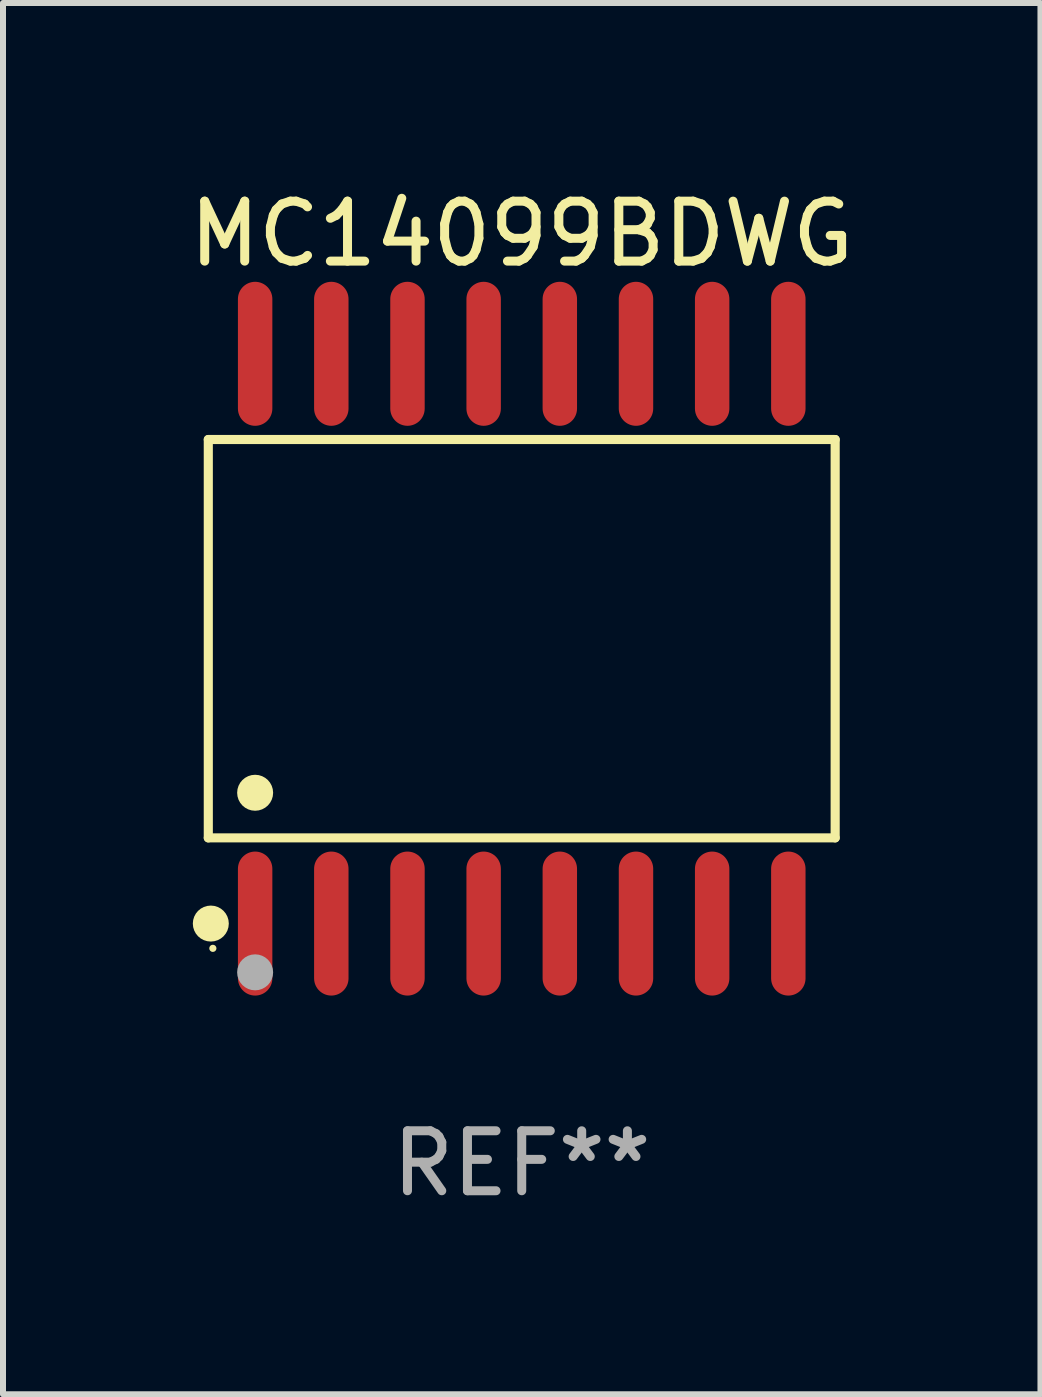
<source format=kicad_pcb>
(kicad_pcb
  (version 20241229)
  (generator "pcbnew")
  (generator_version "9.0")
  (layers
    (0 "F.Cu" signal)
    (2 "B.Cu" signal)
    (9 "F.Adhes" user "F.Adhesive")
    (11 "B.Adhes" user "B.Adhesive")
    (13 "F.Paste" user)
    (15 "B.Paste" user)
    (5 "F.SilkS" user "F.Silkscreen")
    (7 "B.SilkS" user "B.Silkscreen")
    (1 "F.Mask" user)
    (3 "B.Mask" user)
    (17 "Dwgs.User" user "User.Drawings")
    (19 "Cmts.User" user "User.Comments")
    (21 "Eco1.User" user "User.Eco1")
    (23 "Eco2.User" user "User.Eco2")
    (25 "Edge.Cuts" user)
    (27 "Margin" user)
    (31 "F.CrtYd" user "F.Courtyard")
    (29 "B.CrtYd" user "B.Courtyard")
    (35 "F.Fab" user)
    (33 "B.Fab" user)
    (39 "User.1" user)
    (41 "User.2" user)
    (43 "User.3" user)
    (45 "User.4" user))
  (footprint "MC14099BDWG"
    (layer "F.Cu")
    (at 5.649 7.599)
    (property "Reference" "MC14099BDWG" (at 0 -6.75 0) (layer "F.SilkS") (effects (font (size 1 1) (thickness 0.15))))
    (attr through_hole)
    (fp_line (start -5.226 -3.321) (end 5.226 -3.321) (stroke (width 0.152) (type solid)) (layer "F.SilkS"))
    (fp_line (start -5.226 3.321) (end -5.226 -3.321) (stroke (width 0.152) (type solid)) (layer "F.SilkS"))
    (fp_line (start 5.226 -3.321) (end 5.226 3.321) (stroke (width 0.152) (type solid)) (layer "F.SilkS"))
    (fp_line (start 5.226 3.321) (end -5.226 3.321) (stroke (width 0.152) (type solid)) (layer "F.SilkS"))
    (fp_circle (center -5.184 4.75) (end -5.034 4.75) (stroke (width 0.3) (type solid)) (fill no) (layer "F.SilkS"))
    (fp_circle (center -5.15 5.163) (end -5.12 5.163) (stroke (width 0.06) (type solid)) (fill no) (layer "F.SilkS"))
    (fp_circle (center -4.445 2.569) (end -4.295 2.569) (stroke (width 0.3) (type solid)) (fill no) (layer "F.SilkS"))
    (fp_circle (center -4.445 5.563) (end -4.295 5.563) (stroke (width 0.3) (type solid)) (fill no) (layer "F.Fab"))
    (fp_text user "REF**" (at 0 8.75 0) (layer "F.Fab") (effects (font (size 1 1) (thickness 0.15))))
    (pad "1" smd oval (at -4.445 4.75) (size 0.574 2.401) (layers "F.Cu" "F.Mask" "F.Paste"))
    (pad "2" smd oval (at -3.175 4.75) (size 0.574 2.401) (layers "F.Cu" "F.Mask" "F.Paste"))
    (pad "3" smd oval (at -1.905 4.75) (size 0.574 2.401) (layers "F.Cu" "F.Mask" "F.Paste"))
    (pad "4" smd oval (at -0.635 4.75) (size 0.574 2.401) (layers "F.Cu" "F.Mask" "F.Paste"))
    (pad "5" smd oval (at 0.635 4.75) (size 0.574 2.401) (layers "F.Cu" "F.Mask" "F.Paste"))
    (pad "6" smd oval (at 1.905 4.75) (size 0.574 2.401) (layers "F.Cu" "F.Mask" "F.Paste"))
    (pad "7" smd oval (at 3.175 4.75) (size 0.574 2.401) (layers "F.Cu" "F.Mask" "F.Paste"))
    (pad "8" smd oval (at 4.445 4.75) (size 0.574 2.401) (layers "F.Cu" "F.Mask" "F.Paste"))
    (pad "9" smd oval (at 4.445 -4.75) (size 0.574 2.401) (layers "F.Cu" "F.Mask" "F.Paste"))
    (pad "10" smd oval (at 3.175 -4.75) (size 0.574 2.401) (layers "F.Cu" "F.Mask" "F.Paste"))
    (pad "11" smd oval (at 1.905 -4.75) (size 0.574 2.401) (layers "F.Cu" "F.Mask" "F.Paste"))
    (pad "12" smd oval (at 0.635 -4.75) (size 0.574 2.401) (layers "F.Cu" "F.Mask" "F.Paste"))
    (pad "13" smd oval (at -0.635 -4.75) (size 0.574 2.401) (layers "F.Cu" "F.Mask" "F.Paste"))
    (pad "14" smd oval (at -1.905 -4.75) (size 0.574 2.401) (layers "F.Cu" "F.Mask" "F.Paste"))
    (pad "15" smd oval (at -3.175 -4.75) (size 0.574 2.401) (layers "F.Cu" "F.Mask" "F.Paste"))
    (pad "16" smd oval (at -4.445 -4.75) (size 0.574 2.401) (layers "F.Cu" "F.Mask" "F.Paste")))
  (gr_rect
    (start -3 -3)
    (end 14.298 20.197)
    (stroke (width 0.1) (type default))
    (fill no)
    (layer "Edge.Cuts")))
</source>
